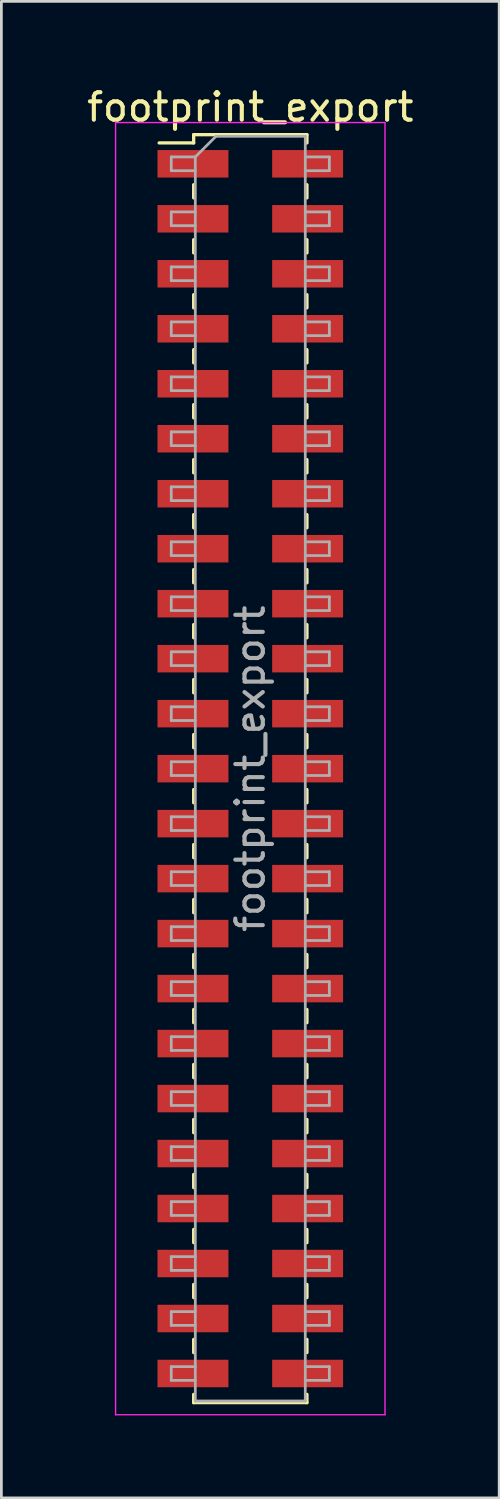
<source format=kicad_pcb>
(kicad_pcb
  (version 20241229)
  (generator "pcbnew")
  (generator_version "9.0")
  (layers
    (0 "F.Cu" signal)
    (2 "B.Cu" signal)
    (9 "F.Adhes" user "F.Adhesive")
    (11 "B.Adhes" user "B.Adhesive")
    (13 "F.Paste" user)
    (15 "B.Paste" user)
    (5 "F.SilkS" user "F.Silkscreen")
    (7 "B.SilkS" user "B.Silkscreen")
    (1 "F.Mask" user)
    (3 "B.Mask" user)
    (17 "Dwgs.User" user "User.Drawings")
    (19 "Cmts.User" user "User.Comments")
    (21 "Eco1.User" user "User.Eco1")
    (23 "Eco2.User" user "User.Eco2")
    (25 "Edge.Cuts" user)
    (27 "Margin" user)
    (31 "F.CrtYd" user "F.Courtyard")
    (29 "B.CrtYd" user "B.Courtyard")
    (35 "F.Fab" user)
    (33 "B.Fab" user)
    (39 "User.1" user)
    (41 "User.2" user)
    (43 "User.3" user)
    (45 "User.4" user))
  (footprint "footprint_export"
    (layer "F.Cu")
    (at 6.054 24.908)
    (property "Reference" "footprint_export" (at 0 -24.06 0) (layer "F.SilkS") (effects (font (size 1 1) (thickness 0.15))))
    (attr smd)
    (fp_line (start -3.315 -22.76) (end -2.06 -22.76) (stroke (width 0.12) (type solid)) (layer "F.SilkS"))
    (fp_line (start -2.06 -23.06) (end -2.06 -22.76) (stroke (width 0.12) (type solid)) (layer "F.SilkS"))
    (fp_line (start -2.06 -23.06) (end 2.06 -23.06) (stroke (width 0.12) (type solid)) (layer "F.SilkS"))
    (fp_line (start -2.06 -21.24) (end -2.06 -20.76) (stroke (width 0.12) (type solid)) (layer "F.SilkS"))
    (fp_line (start -2.06 -19.24) (end -2.06 -18.76) (stroke (width 0.12) (type solid)) (layer "F.SilkS"))
    (fp_line (start -2.06 -17.24) (end -2.06 -16.76) (stroke (width 0.12) (type solid)) (layer "F.SilkS"))
    (fp_line (start -2.06 -15.24) (end -2.06 -14.76) (stroke (width 0.12) (type solid)) (layer "F.SilkS"))
    (fp_line (start -2.06 -13.24) (end -2.06 -12.76) (stroke (width 0.12) (type solid)) (layer "F.SilkS"))
    (fp_line (start -2.06 -11.24) (end -2.06 -10.76) (stroke (width 0.12) (type solid)) (layer "F.SilkS"))
    (fp_line (start -2.06 -9.24) (end -2.06 -8.76) (stroke (width 0.12) (type solid)) (layer "F.SilkS"))
    (fp_line (start -2.06 -7.24) (end -2.06 -6.76) (stroke (width 0.12) (type solid)) (layer "F.SilkS"))
    (fp_line (start -2.06 -5.24) (end -2.06 -4.76) (stroke (width 0.12) (type solid)) (layer "F.SilkS"))
    (fp_line (start -2.06 -3.24) (end -2.06 -2.76) (stroke (width 0.12) (type solid)) (layer "F.SilkS"))
    (fp_line (start -2.06 -1.24) (end -2.06 -0.76) (stroke (width 0.12) (type solid)) (layer "F.SilkS"))
    (fp_line (start -2.06 0.76) (end -2.06 1.24) (stroke (width 0.12) (type solid)) (layer "F.SilkS"))
    (fp_line (start -2.06 2.76) (end -2.06 3.24) (stroke (width 0.12) (type solid)) (layer "F.SilkS"))
    (fp_line (start -2.06 4.76) (end -2.06 5.24) (stroke (width 0.12) (type solid)) (layer "F.SilkS"))
    (fp_line (start -2.06 6.76) (end -2.06 7.24) (stroke (width 0.12) (type solid)) (layer "F.SilkS"))
    (fp_line (start -2.06 8.76) (end -2.06 9.24) (stroke (width 0.12) (type solid)) (layer "F.SilkS"))
    (fp_line (start -2.06 10.76) (end -2.06 11.24) (stroke (width 0.12) (type solid)) (layer "F.SilkS"))
    (fp_line (start -2.06 12.76) (end -2.06 13.24) (stroke (width 0.12) (type solid)) (layer "F.SilkS"))
    (fp_line (start -2.06 14.76) (end -2.06 15.24) (stroke (width 0.12) (type solid)) (layer "F.SilkS"))
    (fp_line (start -2.06 16.76) (end -2.06 17.24) (stroke (width 0.12) (type solid)) (layer "F.SilkS"))
    (fp_line (start -2.06 18.76) (end -2.06 19.24) (stroke (width 0.12) (type solid)) (layer "F.SilkS"))
    (fp_line (start -2.06 20.76) (end -2.06 21.24) (stroke (width 0.12) (type solid)) (layer "F.SilkS"))
    (fp_line (start -2.06 22.76) (end -2.06 23.06) (stroke (width 0.12) (type solid)) (layer "F.SilkS"))
    (fp_line (start -2.06 23.06) (end 2.06 23.06) (stroke (width 0.12) (type solid)) (layer "F.SilkS"))
    (fp_line (start 2.06 -23.06) (end 2.06 -22.76) (stroke (width 0.12) (type solid)) (layer "F.SilkS"))
    (fp_line (start 2.06 -21.24) (end 2.06 -20.76) (stroke (width 0.12) (type solid)) (layer "F.SilkS"))
    (fp_line (start 2.06 -19.24) (end 2.06 -18.76) (stroke (width 0.12) (type solid)) (layer "F.SilkS"))
    (fp_line (start 2.06 -17.24) (end 2.06 -16.76) (stroke (width 0.12) (type solid)) (layer "F.SilkS"))
    (fp_line (start 2.06 -15.24) (end 2.06 -14.76) (stroke (width 0.12) (type solid)) (layer "F.SilkS"))
    (fp_line (start 2.06 -13.24) (end 2.06 -12.76) (stroke (width 0.12) (type solid)) (layer "F.SilkS"))
    (fp_line (start 2.06 -11.24) (end 2.06 -10.76) (stroke (width 0.12) (type solid)) (layer "F.SilkS"))
    (fp_line (start 2.06 -9.24) (end 2.06 -8.76) (stroke (width 0.12) (type solid)) (layer "F.SilkS"))
    (fp_line (start 2.06 -7.24) (end 2.06 -6.76) (stroke (width 0.12) (type solid)) (layer "F.SilkS"))
    (fp_line (start 2.06 -5.24) (end 2.06 -4.76) (stroke (width 0.12) (type solid)) (layer "F.SilkS"))
    (fp_line (start 2.06 -3.24) (end 2.06 -2.76) (stroke (width 0.12) (type solid)) (layer "F.SilkS"))
    (fp_line (start 2.06 -1.24) (end 2.06 -0.76) (stroke (width 0.12) (type solid)) (layer "F.SilkS"))
    (fp_line (start 2.06 0.76) (end 2.06 1.24) (stroke (width 0.12) (type solid)) (layer "F.SilkS"))
    (fp_line (start 2.06 2.76) (end 2.06 3.24) (stroke (width 0.12) (type solid)) (layer "F.SilkS"))
    (fp_line (start 2.06 4.76) (end 2.06 5.24) (stroke (width 0.12) (type solid)) (layer "F.SilkS"))
    (fp_line (start 2.06 6.76) (end 2.06 7.24) (stroke (width 0.12) (type solid)) (layer "F.SilkS"))
    (fp_line (start 2.06 8.76) (end 2.06 9.24) (stroke (width 0.12) (type solid)) (layer "F.SilkS"))
    (fp_line (start 2.06 10.76) (end 2.06 11.24) (stroke (width 0.12) (type solid)) (layer "F.SilkS"))
    (fp_line (start 2.06 12.76) (end 2.06 13.24) (stroke (width 0.12) (type solid)) (layer "F.SilkS"))
    (fp_line (start 2.06 14.76) (end 2.06 15.24) (stroke (width 0.12) (type solid)) (layer "F.SilkS"))
    (fp_line (start 2.06 16.76) (end 2.06 17.24) (stroke (width 0.12) (type solid)) (layer "F.SilkS"))
    (fp_line (start 2.06 18.76) (end 2.06 19.24) (stroke (width 0.12) (type solid)) (layer "F.SilkS"))
    (fp_line (start 2.06 20.76) (end 2.06 21.24) (stroke (width 0.12) (type solid)) (layer "F.SilkS"))
    (fp_line (start 2.06 22.76) (end 2.06 23.06) (stroke (width 0.12) (type solid)) (layer "F.SilkS"))
    (fp_line (start -4.9 -23.5) (end -4.9 23.5) (stroke (width 0.05) (type solid)) (layer "F.CrtYd"))
    (fp_line (start -4.9 23.5) (end 4.9 23.5) (stroke (width 0.05) (type solid)) (layer "F.CrtYd"))
    (fp_line (start 4.9 -23.5) (end -4.9 -23.5) (stroke (width 0.05) (type solid)) (layer "F.CrtYd"))
    (fp_line (start 4.9 23.5) (end 4.9 -23.5) (stroke (width 0.05) (type solid)) (layer "F.CrtYd"))
    (fp_line (start -2.875 -22.25) (end -2.875 -21.75) (stroke (width 0.1) (type solid)) (layer "F.Fab"))
    (fp_line (start -2.875 -21.75) (end -2 -21.75) (stroke (width 0.1) (type solid)) (layer "F.Fab"))
    (fp_line (start -2.875 -20.25) (end -2.875 -19.75) (stroke (width 0.1) (type solid)) (layer "F.Fab"))
    (fp_line (start -2.875 -19.75) (end -2 -19.75) (stroke (width 0.1) (type solid)) (layer "F.Fab"))
    (fp_line (start -2.875 -18.25) (end -2.875 -17.75) (stroke (width 0.1) (type solid)) (layer "F.Fab"))
    (fp_line (start -2.875 -17.75) (end -2 -17.75) (stroke (width 0.1) (type solid)) (layer "F.Fab"))
    (fp_line (start -2.875 -16.25) (end -2.875 -15.75) (stroke (width 0.1) (type solid)) (layer "F.Fab"))
    (fp_line (start -2.875 -15.75) (end -2 -15.75) (stroke (width 0.1) (type solid)) (layer "F.Fab"))
    (fp_line (start -2.875 -14.25) (end -2.875 -13.75) (stroke (width 0.1) (type solid)) (layer "F.Fab"))
    (fp_line (start -2.875 -13.75) (end -2 -13.75) (stroke (width 0.1) (type solid)) (layer "F.Fab"))
    (fp_line (start -2.875 -12.25) (end -2.875 -11.75) (stroke (width 0.1) (type solid)) (layer "F.Fab"))
    (fp_line (start -2.875 -11.75) (end -2 -11.75) (stroke (width 0.1) (type solid)) (layer "F.Fab"))
    (fp_line (start -2.875 -10.25) (end -2.875 -9.75) (stroke (width 0.1) (type solid)) (layer "F.Fab"))
    (fp_line (start -2.875 -9.75) (end -2 -9.75) (stroke (width 0.1) (type solid)) (layer "F.Fab"))
    (fp_line (start -2.875 -8.25) (end -2.875 -7.75) (stroke (width 0.1) (type solid)) (layer "F.Fab"))
    (fp_line (start -2.875 -7.75) (end -2 -7.75) (stroke (width 0.1) (type solid)) (layer "F.Fab"))
    (fp_line (start -2.875 -6.25) (end -2.875 -5.75) (stroke (width 0.1) (type solid)) (layer "F.Fab"))
    (fp_line (start -2.875 -5.75) (end -2 -5.75) (stroke (width 0.1) (type solid)) (layer "F.Fab"))
    (fp_line (start -2.875 -4.25) (end -2.875 -3.75) (stroke (width 0.1) (type solid)) (layer "F.Fab"))
    (fp_line (start -2.875 -3.75) (end -2 -3.75) (stroke (width 0.1) (type solid)) (layer "F.Fab"))
    (fp_line (start -2.875 -2.25) (end -2.875 -1.75) (stroke (width 0.1) (type solid)) (layer "F.Fab"))
    (fp_line (start -2.875 -1.75) (end -2 -1.75) (stroke (width 0.1) (type solid)) (layer "F.Fab"))
    (fp_line (start -2.875 -0.25) (end -2.875 0.25) (stroke (width 0.1) (type solid)) (layer "F.Fab"))
    (fp_line (start -2.875 0.25) (end -2 0.25) (stroke (width 0.1) (type solid)) (layer "F.Fab"))
    (fp_line (start -2.875 1.75) (end -2.875 2.25) (stroke (width 0.1) (type solid)) (layer "F.Fab"))
    (fp_line (start -2.875 2.25) (end -2 2.25) (stroke (width 0.1) (type solid)) (layer "F.Fab"))
    (fp_line (start -2.875 3.75) (end -2.875 4.25) (stroke (width 0.1) (type solid)) (layer "F.Fab"))
    (fp_line (start -2.875 4.25) (end -2 4.25) (stroke (width 0.1) (type solid)) (layer "F.Fab"))
    (fp_line (start -2.875 5.75) (end -2.875 6.25) (stroke (width 0.1) (type solid)) (layer "F.Fab"))
    (fp_line (start -2.875 6.25) (end -2 6.25) (stroke (width 0.1) (type solid)) (layer "F.Fab"))
    (fp_line (start -2.875 7.75) (end -2.875 8.25) (stroke (width 0.1) (type solid)) (layer "F.Fab"))
    (fp_line (start -2.875 8.25) (end -2 8.25) (stroke (width 0.1) (type solid)) (layer "F.Fab"))
    (fp_line (start -2.875 9.75) (end -2.875 10.25) (stroke (width 0.1) (type solid)) (layer "F.Fab"))
    (fp_line (start -2.875 10.25) (end -2 10.25) (stroke (width 0.1) (type solid)) (layer "F.Fab"))
    (fp_line (start -2.875 11.75) (end -2.875 12.25) (stroke (width 0.1) (type solid)) (layer "F.Fab"))
    (fp_line (start -2.875 12.25) (end -2 12.25) (stroke (width 0.1) (type solid)) (layer "F.Fab"))
    (fp_line (start -2.875 13.75) (end -2.875 14.25) (stroke (width 0.1) (type solid)) (layer "F.Fab"))
    (fp_line (start -2.875 14.25) (end -2 14.25) (stroke (width 0.1) (type solid)) (layer "F.Fab"))
    (fp_line (start -2.875 15.75) (end -2.875 16.25) (stroke (width 0.1) (type solid)) (layer "F.Fab"))
    (fp_line (start -2.875 16.25) (end -2 16.25) (stroke (width 0.1) (type solid)) (layer "F.Fab"))
    (fp_line (start -2.875 17.75) (end -2.875 18.25) (stroke (width 0.1) (type solid)) (layer "F.Fab"))
    (fp_line (start -2.875 18.25) (end -2 18.25) (stroke (width 0.1) (type solid)) (layer "F.Fab"))
    (fp_line (start -2.875 19.75) (end -2.875 20.25) (stroke (width 0.1) (type solid)) (layer "F.Fab"))
    (fp_line (start -2.875 20.25) (end -2 20.25) (stroke (width 0.1) (type solid)) (layer "F.Fab"))
    (fp_line (start -2.875 21.75) (end -2.875 22.25) (stroke (width 0.1) (type solid)) (layer "F.Fab"))
    (fp_line (start -2.875 22.25) (end -2 22.25) (stroke (width 0.1) (type solid)) (layer "F.Fab"))
    (fp_line (start -2 -22.25) (end -2.875 -22.25) (stroke (width 0.1) (type solid)) (layer "F.Fab"))
    (fp_line (start -2 -22.25) (end -1.25 -23) (stroke (width 0.1) (type solid)) (layer "F.Fab"))
    (fp_line (start -2 -20.25) (end -2.875 -20.25) (stroke (width 0.1) (type solid)) (layer "F.Fab"))
    (fp_line (start -2 -18.25) (end -2.875 -18.25) (stroke (width 0.1) (type solid)) (layer "F.Fab"))
    (fp_line (start -2 -16.25) (end -2.875 -16.25) (stroke (width 0.1) (type solid)) (layer "F.Fab"))
    (fp_line (start -2 -14.25) (end -2.875 -14.25) (stroke (width 0.1) (type solid)) (layer "F.Fab"))
    (fp_line (start -2 -12.25) (end -2.875 -12.25) (stroke (width 0.1) (type solid)) (layer "F.Fab"))
    (fp_line (start -2 -10.25) (end -2.875 -10.25) (stroke (width 0.1) (type solid)) (layer "F.Fab"))
    (fp_line (start -2 -8.25) (end -2.875 -8.25) (stroke (width 0.1) (type solid)) (layer "F.Fab"))
    (fp_line (start -2 -6.25) (end -2.875 -6.25) (stroke (width 0.1) (type solid)) (layer "F.Fab"))
    (fp_line (start -2 -4.25) (end -2.875 -4.25) (stroke (width 0.1) (type solid)) (layer "F.Fab"))
    (fp_line (start -2 -2.25) (end -2.875 -2.25) (stroke (width 0.1) (type solid)) (layer "F.Fab"))
    (fp_line (start -2 -0.25) (end -2.875 -0.25) (stroke (width 0.1) (type solid)) (layer "F.Fab"))
    (fp_line (start -2 1.75) (end -2.875 1.75) (stroke (width 0.1) (type solid)) (layer "F.Fab"))
    (fp_line (start -2 3.75) (end -2.875 3.75) (stroke (width 0.1) (type solid)) (layer "F.Fab"))
    (fp_line (start -2 5.75) (end -2.875 5.75) (stroke (width 0.1) (type solid)) (layer "F.Fab"))
    (fp_line (start -2 7.75) (end -2.875 7.75) (stroke (width 0.1) (type solid)) (layer "F.Fab"))
    (fp_line (start -2 9.75) (end -2.875 9.75) (stroke (width 0.1) (type solid)) (layer "F.Fab"))
    (fp_line (start -2 11.75) (end -2.875 11.75) (stroke (width 0.1) (type solid)) (layer "F.Fab"))
    (fp_line (start -2 13.75) (end -2.875 13.75) (stroke (width 0.1) (type solid)) (layer "F.Fab"))
    (fp_line (start -2 15.75) (end -2.875 15.75) (stroke (width 0.1) (type solid)) (layer "F.Fab"))
    (fp_line (start -2 17.75) (end -2.875 17.75) (stroke (width 0.1) (type solid)) (layer "F.Fab"))
    (fp_line (start -2 19.75) (end -2.875 19.75) (stroke (width 0.1) (type solid)) (layer "F.Fab"))
    (fp_line (start -2 21.75) (end -2.875 21.75) (stroke (width 0.1) (type solid)) (layer "F.Fab"))
    (fp_line (start -2 23) (end -2 -22.25) (stroke (width 0.1) (type solid)) (layer "F.Fab"))
    (fp_line (start -1.25 -23) (end 2 -23) (stroke (width 0.1) (type solid)) (layer "F.Fab"))
    (fp_line (start 2 -23) (end 2 23) (stroke (width 0.1) (type solid)) (layer "F.Fab"))
    (fp_line (start 2 -22.25) (end 2.875 -22.25) (stroke (width 0.1) (type solid)) (layer "F.Fab"))
    (fp_line (start 2 -20.25) (end 2.875 -20.25) (stroke (width 0.1) (type solid)) (layer "F.Fab"))
    (fp_line (start 2 -18.25) (end 2.875 -18.25) (stroke (width 0.1) (type solid)) (layer "F.Fab"))
    (fp_line (start 2 -16.25) (end 2.875 -16.25) (stroke (width 0.1) (type solid)) (layer "F.Fab"))
    (fp_line (start 2 -14.25) (end 2.875 -14.25) (stroke (width 0.1) (type solid)) (layer "F.Fab"))
    (fp_line (start 2 -12.25) (end 2.875 -12.25) (stroke (width 0.1) (type solid)) (layer "F.Fab"))
    (fp_line (start 2 -10.25) (end 2.875 -10.25) (stroke (width 0.1) (type solid)) (layer "F.Fab"))
    (fp_line (start 2 -8.25) (end 2.875 -8.25) (stroke (width 0.1) (type solid)) (layer "F.Fab"))
    (fp_line (start 2 -6.25) (end 2.875 -6.25) (stroke (width 0.1) (type solid)) (layer "F.Fab"))
    (fp_line (start 2 -4.25) (end 2.875 -4.25) (stroke (width 0.1) (type solid)) (layer "F.Fab"))
    (fp_line (start 2 -2.25) (end 2.875 -2.25) (stroke (width 0.1) (type solid)) (layer "F.Fab"))
    (fp_line (start 2 -0.25) (end 2.875 -0.25) (stroke (width 0.1) (type solid)) (layer "F.Fab"))
    (fp_line (start 2 1.75) (end 2.875 1.75) (stroke (width 0.1) (type solid)) (layer "F.Fab"))
    (fp_line (start 2 3.75) (end 2.875 3.75) (stroke (width 0.1) (type solid)) (layer "F.Fab"))
    (fp_line (start 2 5.75) (end 2.875 5.75) (stroke (width 0.1) (type solid)) (layer "F.Fab"))
    (fp_line (start 2 7.75) (end 2.875 7.75) (stroke (width 0.1) (type solid)) (layer "F.Fab"))
    (fp_line (start 2 9.75) (end 2.875 9.75) (stroke (width 0.1) (type solid)) (layer "F.Fab"))
    (fp_line (start 2 11.75) (end 2.875 11.75) (stroke (width 0.1) (type solid)) (layer "F.Fab"))
    (fp_line (start 2 13.75) (end 2.875 13.75) (stroke (width 0.1) (type solid)) (layer "F.Fab"))
    (fp_line (start 2 15.75) (end 2.875 15.75) (stroke (width 0.1) (type solid)) (layer "F.Fab"))
    (fp_line (start 2 17.75) (end 2.875 17.75) (stroke (width 0.1) (type solid)) (layer "F.Fab"))
    (fp_line (start 2 19.75) (end 2.875 19.75) (stroke (width 0.1) (type solid)) (layer "F.Fab"))
    (fp_line (start 2 21.75) (end 2.875 21.75) (stroke (width 0.1) (type solid)) (layer "F.Fab"))
    (fp_line (start 2 23) (end -2 23) (stroke (width 0.1) (type solid)) (layer "F.Fab"))
    (fp_line (start 2.875 -22.25) (end 2.875 -21.75) (stroke (width 0.1) (type solid)) (layer "F.Fab"))
    (fp_line (start 2.875 -21.75) (end 2 -21.75) (stroke (width 0.1) (type solid)) (layer "F.Fab"))
    (fp_line (start 2.875 -20.25) (end 2.875 -19.75) (stroke (width 0.1) (type solid)) (layer "F.Fab"))
    (fp_line (start 2.875 -19.75) (end 2 -19.75) (stroke (width 0.1) (type solid)) (layer "F.Fab"))
    (fp_line (start 2.875 -18.25) (end 2.875 -17.75) (stroke (width 0.1) (type solid)) (layer "F.Fab"))
    (fp_line (start 2.875 -17.75) (end 2 -17.75) (stroke (width 0.1) (type solid)) (layer "F.Fab"))
    (fp_line (start 2.875 -16.25) (end 2.875 -15.75) (stroke (width 0.1) (type solid)) (layer "F.Fab"))
    (fp_line (start 2.875 -15.75) (end 2 -15.75) (stroke (width 0.1) (type solid)) (layer "F.Fab"))
    (fp_line (start 2.875 -14.25) (end 2.875 -13.75) (stroke (width 0.1) (type solid)) (layer "F.Fab"))
    (fp_line (start 2.875 -13.75) (end 2 -13.75) (stroke (width 0.1) (type solid)) (layer "F.Fab"))
    (fp_line (start 2.875 -12.25) (end 2.875 -11.75) (stroke (width 0.1) (type solid)) (layer "F.Fab"))
    (fp_line (start 2.875 -11.75) (end 2 -11.75) (stroke (width 0.1) (type solid)) (layer "F.Fab"))
    (fp_line (start 2.875 -10.25) (end 2.875 -9.75) (stroke (width 0.1) (type solid)) (layer "F.Fab"))
    (fp_line (start 2.875 -9.75) (end 2 -9.75) (stroke (width 0.1) (type solid)) (layer "F.Fab"))
    (fp_line (start 2.875 -8.25) (end 2.875 -7.75) (stroke (width 0.1) (type solid)) (layer "F.Fab"))
    (fp_line (start 2.875 -7.75) (end 2 -7.75) (stroke (width 0.1) (type solid)) (layer "F.Fab"))
    (fp_line (start 2.875 -6.25) (end 2.875 -5.75) (stroke (width 0.1) (type solid)) (layer "F.Fab"))
    (fp_line (start 2.875 -5.75) (end 2 -5.75) (stroke (width 0.1) (type solid)) (layer "F.Fab"))
    (fp_line (start 2.875 -4.25) (end 2.875 -3.75) (stroke (width 0.1) (type solid)) (layer "F.Fab"))
    (fp_line (start 2.875 -3.75) (end 2 -3.75) (stroke (width 0.1) (type solid)) (layer "F.Fab"))
    (fp_line (start 2.875 -2.25) (end 2.875 -1.75) (stroke (width 0.1) (type solid)) (layer "F.Fab"))
    (fp_line (start 2.875 -1.75) (end 2 -1.75) (stroke (width 0.1) (type solid)) (layer "F.Fab"))
    (fp_line (start 2.875 -0.25) (end 2.875 0.25) (stroke (width 0.1) (type solid)) (layer "F.Fab"))
    (fp_line (start 2.875 0.25) (end 2 0.25) (stroke (width 0.1) (type solid)) (layer "F.Fab"))
    (fp_line (start 2.875 1.75) (end 2.875 2.25) (stroke (width 0.1) (type solid)) (layer "F.Fab"))
    (fp_line (start 2.875 2.25) (end 2 2.25) (stroke (width 0.1) (type solid)) (layer "F.Fab"))
    (fp_line (start 2.875 3.75) (end 2.875 4.25) (stroke (width 0.1) (type solid)) (layer "F.Fab"))
    (fp_line (start 2.875 4.25) (end 2 4.25) (stroke (width 0.1) (type solid)) (layer "F.Fab"))
    (fp_line (start 2.875 5.75) (end 2.875 6.25) (stroke (width 0.1) (type solid)) (layer "F.Fab"))
    (fp_line (start 2.875 6.25) (end 2 6.25) (stroke (width 0.1) (type solid)) (layer "F.Fab"))
    (fp_line (start 2.875 7.75) (end 2.875 8.25) (stroke (width 0.1) (type solid)) (layer "F.Fab"))
    (fp_line (start 2.875 8.25) (end 2 8.25) (stroke (width 0.1) (type solid)) (layer "F.Fab"))
    (fp_line (start 2.875 9.75) (end 2.875 10.25) (stroke (width 0.1) (type solid)) (layer "F.Fab"))
    (fp_line (start 2.875 10.25) (end 2 10.25) (stroke (width 0.1) (type solid)) (layer "F.Fab"))
    (fp_line (start 2.875 11.75) (end 2.875 12.25) (stroke (width 0.1) (type solid)) (layer "F.Fab"))
    (fp_line (start 2.875 12.25) (end 2 12.25) (stroke (width 0.1) (type solid)) (layer "F.Fab"))
    (fp_line (start 2.875 13.75) (end 2.875 14.25) (stroke (width 0.1) (type solid)) (layer "F.Fab"))
    (fp_line (start 2.875 14.25) (end 2 14.25) (stroke (width 0.1) (type solid)) (layer "F.Fab"))
    (fp_line (start 2.875 15.75) (end 2.875 16.25) (stroke (width 0.1) (type solid)) (layer "F.Fab"))
    (fp_line (start 2.875 16.25) (end 2 16.25) (stroke (width 0.1) (type solid)) (layer "F.Fab"))
    (fp_line (start 2.875 17.75) (end 2.875 18.25) (stroke (width 0.1) (type solid)) (layer "F.Fab"))
    (fp_line (start 2.875 18.25) (end 2 18.25) (stroke (width 0.1) (type solid)) (layer "F.Fab"))
    (fp_line (start 2.875 19.75) (end 2.875 20.25) (stroke (width 0.1) (type solid)) (layer "F.Fab"))
    (fp_line (start 2.875 20.25) (end 2 20.25) (stroke (width 0.1) (type solid)) (layer "F.Fab"))
    (fp_line (start 2.875 21.75) (end 2.875 22.25) (stroke (width 0.1) (type solid)) (layer "F.Fab"))
    (fp_line (start 2.875 22.25) (end 2 22.25) (stroke (width 0.1) (type solid)) (layer "F.Fab"))
    (fp_text user "${REFERENCE}" (at 0 0 90) (layer "F.Fab") (effects (font (size 1 1) (thickness 0.15))))
    (pad "1" smd rect (at -2.085 -22) (size 2.58 1) (layers "F.Cu" "F.Mask" "F.Paste"))
    (pad "2" smd rect (at 2.085 -22) (size 2.58 1) (layers "F.Cu" "F.Mask" "F.Paste"))
    (pad "3" smd rect (at -2.085 -20) (size 2.58 1) (layers "F.Cu" "F.Mask" "F.Paste"))
    (pad "4" smd rect (at 2.085 -20) (size 2.58 1) (layers "F.Cu" "F.Mask" "F.Paste"))
    (pad "5" smd rect (at -2.085 -18) (size 2.58 1) (layers "F.Cu" "F.Mask" "F.Paste"))
    (pad "6" smd rect (at 2.085 -18) (size 2.58 1) (layers "F.Cu" "F.Mask" "F.Paste"))
    (pad "7" smd rect (at -2.085 -16) (size 2.58 1) (layers "F.Cu" "F.Mask" "F.Paste"))
    (pad "8" smd rect (at 2.085 -16) (size 2.58 1) (layers "F.Cu" "F.Mask" "F.Paste"))
    (pad "9" smd rect (at -2.085 -14) (size 2.58 1) (layers "F.Cu" "F.Mask" "F.Paste"))
    (pad "10" smd rect (at 2.085 -14) (size 2.58 1) (layers "F.Cu" "F.Mask" "F.Paste"))
    (pad "11" smd rect (at -2.085 -12) (size 2.58 1) (layers "F.Cu" "F.Mask" "F.Paste"))
    (pad "12" smd rect (at 2.085 -12) (size 2.58 1) (layers "F.Cu" "F.Mask" "F.Paste"))
    (pad "13" smd rect (at -2.085 -10) (size 2.58 1) (layers "F.Cu" "F.Mask" "F.Paste"))
    (pad "14" smd rect (at 2.085 -10) (size 2.58 1) (layers "F.Cu" "F.Mask" "F.Paste"))
    (pad "15" smd rect (at -2.085 -8) (size 2.58 1) (layers "F.Cu" "F.Mask" "F.Paste"))
    (pad "16" smd rect (at 2.085 -8) (size 2.58 1) (layers "F.Cu" "F.Mask" "F.Paste"))
    (pad "17" smd rect (at -2.085 -6) (size 2.58 1) (layers "F.Cu" "F.Mask" "F.Paste"))
    (pad "18" smd rect (at 2.085 -6) (size 2.58 1) (layers "F.Cu" "F.Mask" "F.Paste"))
    (pad "19" smd rect (at -2.085 -4) (size 2.58 1) (layers "F.Cu" "F.Mask" "F.Paste"))
    (pad "20" smd rect (at 2.085 -4) (size 2.58 1) (layers "F.Cu" "F.Mask" "F.Paste"))
    (pad "21" smd rect (at -2.085 -2) (size 2.58 1) (layers "F.Cu" "F.Mask" "F.Paste"))
    (pad "22" smd rect (at 2.085 -2) (size 2.58 1) (layers "F.Cu" "F.Mask" "F.Paste"))
    (pad "23" smd rect (at -2.085 0) (size 2.58 1) (layers "F.Cu" "F.Mask" "F.Paste"))
    (pad "24" smd rect (at 2.085 0) (size 2.58 1) (layers "F.Cu" "F.Mask" "F.Paste"))
    (pad "25" smd rect (at -2.085 2) (size 2.58 1) (layers "F.Cu" "F.Mask" "F.Paste"))
    (pad "26" smd rect (at 2.085 2) (size 2.58 1) (layers "F.Cu" "F.Mask" "F.Paste"))
    (pad "27" smd rect (at -2.085 4) (size 2.58 1) (layers "F.Cu" "F.Mask" "F.Paste"))
    (pad "28" smd rect (at 2.085 4) (size 2.58 1) (layers "F.Cu" "F.Mask" "F.Paste"))
    (pad "29" smd rect (at -2.085 6) (size 2.58 1) (layers "F.Cu" "F.Mask" "F.Paste"))
    (pad "30" smd rect (at 2.085 6) (size 2.58 1) (layers "F.Cu" "F.Mask" "F.Paste"))
    (pad "31" smd rect (at -2.085 8) (size 2.58 1) (layers "F.Cu" "F.Mask" "F.Paste"))
    (pad "32" smd rect (at 2.085 8) (size 2.58 1) (layers "F.Cu" "F.Mask" "F.Paste"))
    (pad "33" smd rect (at -2.085 10) (size 2.58 1) (layers "F.Cu" "F.Mask" "F.Paste"))
    (pad "34" smd rect (at 2.085 10) (size 2.58 1) (layers "F.Cu" "F.Mask" "F.Paste"))
    (pad "35" smd rect (at -2.085 12) (size 2.58 1) (layers "F.Cu" "F.Mask" "F.Paste"))
    (pad "36" smd rect (at 2.085 12) (size 2.58 1) (layers "F.Cu" "F.Mask" "F.Paste"))
    (pad "37" smd rect (at -2.085 14) (size 2.58 1) (layers "F.Cu" "F.Mask" "F.Paste"))
    (pad "38" smd rect (at 2.085 14) (size 2.58 1) (layers "F.Cu" "F.Mask" "F.Paste"))
    (pad "39" smd rect (at -2.085 16) (size 2.58 1) (layers "F.Cu" "F.Mask" "F.Paste"))
    (pad "40" smd rect (at 2.085 16) (size 2.58 1) (layers "F.Cu" "F.Mask" "F.Paste"))
    (pad "41" smd rect (at -2.085 18) (size 2.58 1) (layers "F.Cu" "F.Mask" "F.Paste"))
    (pad "42" smd rect (at 2.085 18) (size 2.58 1) (layers "F.Cu" "F.Mask" "F.Paste"))
    (pad "43" smd rect (at -2.085 20) (size 2.58 1) (layers "F.Cu" "F.Mask" "F.Paste"))
    (pad "44" smd rect (at 2.085 20) (size 2.58 1) (layers "F.Cu" "F.Mask" "F.Paste"))
    (pad "45" smd rect (at -2.085 22) (size 2.58 1) (layers "F.Cu" "F.Mask" "F.Paste"))
    (pad "46" smd rect (at 2.085 22) (size 2.58 1) (layers "F.Cu" "F.Mask" "F.Paste")))
  (gr_rect
    (start -3 -3)
    (end 15.107 51.433)
    (stroke (width 0.1) (type default))
    (fill no)
    (layer "Edge.Cuts")))
</source>
